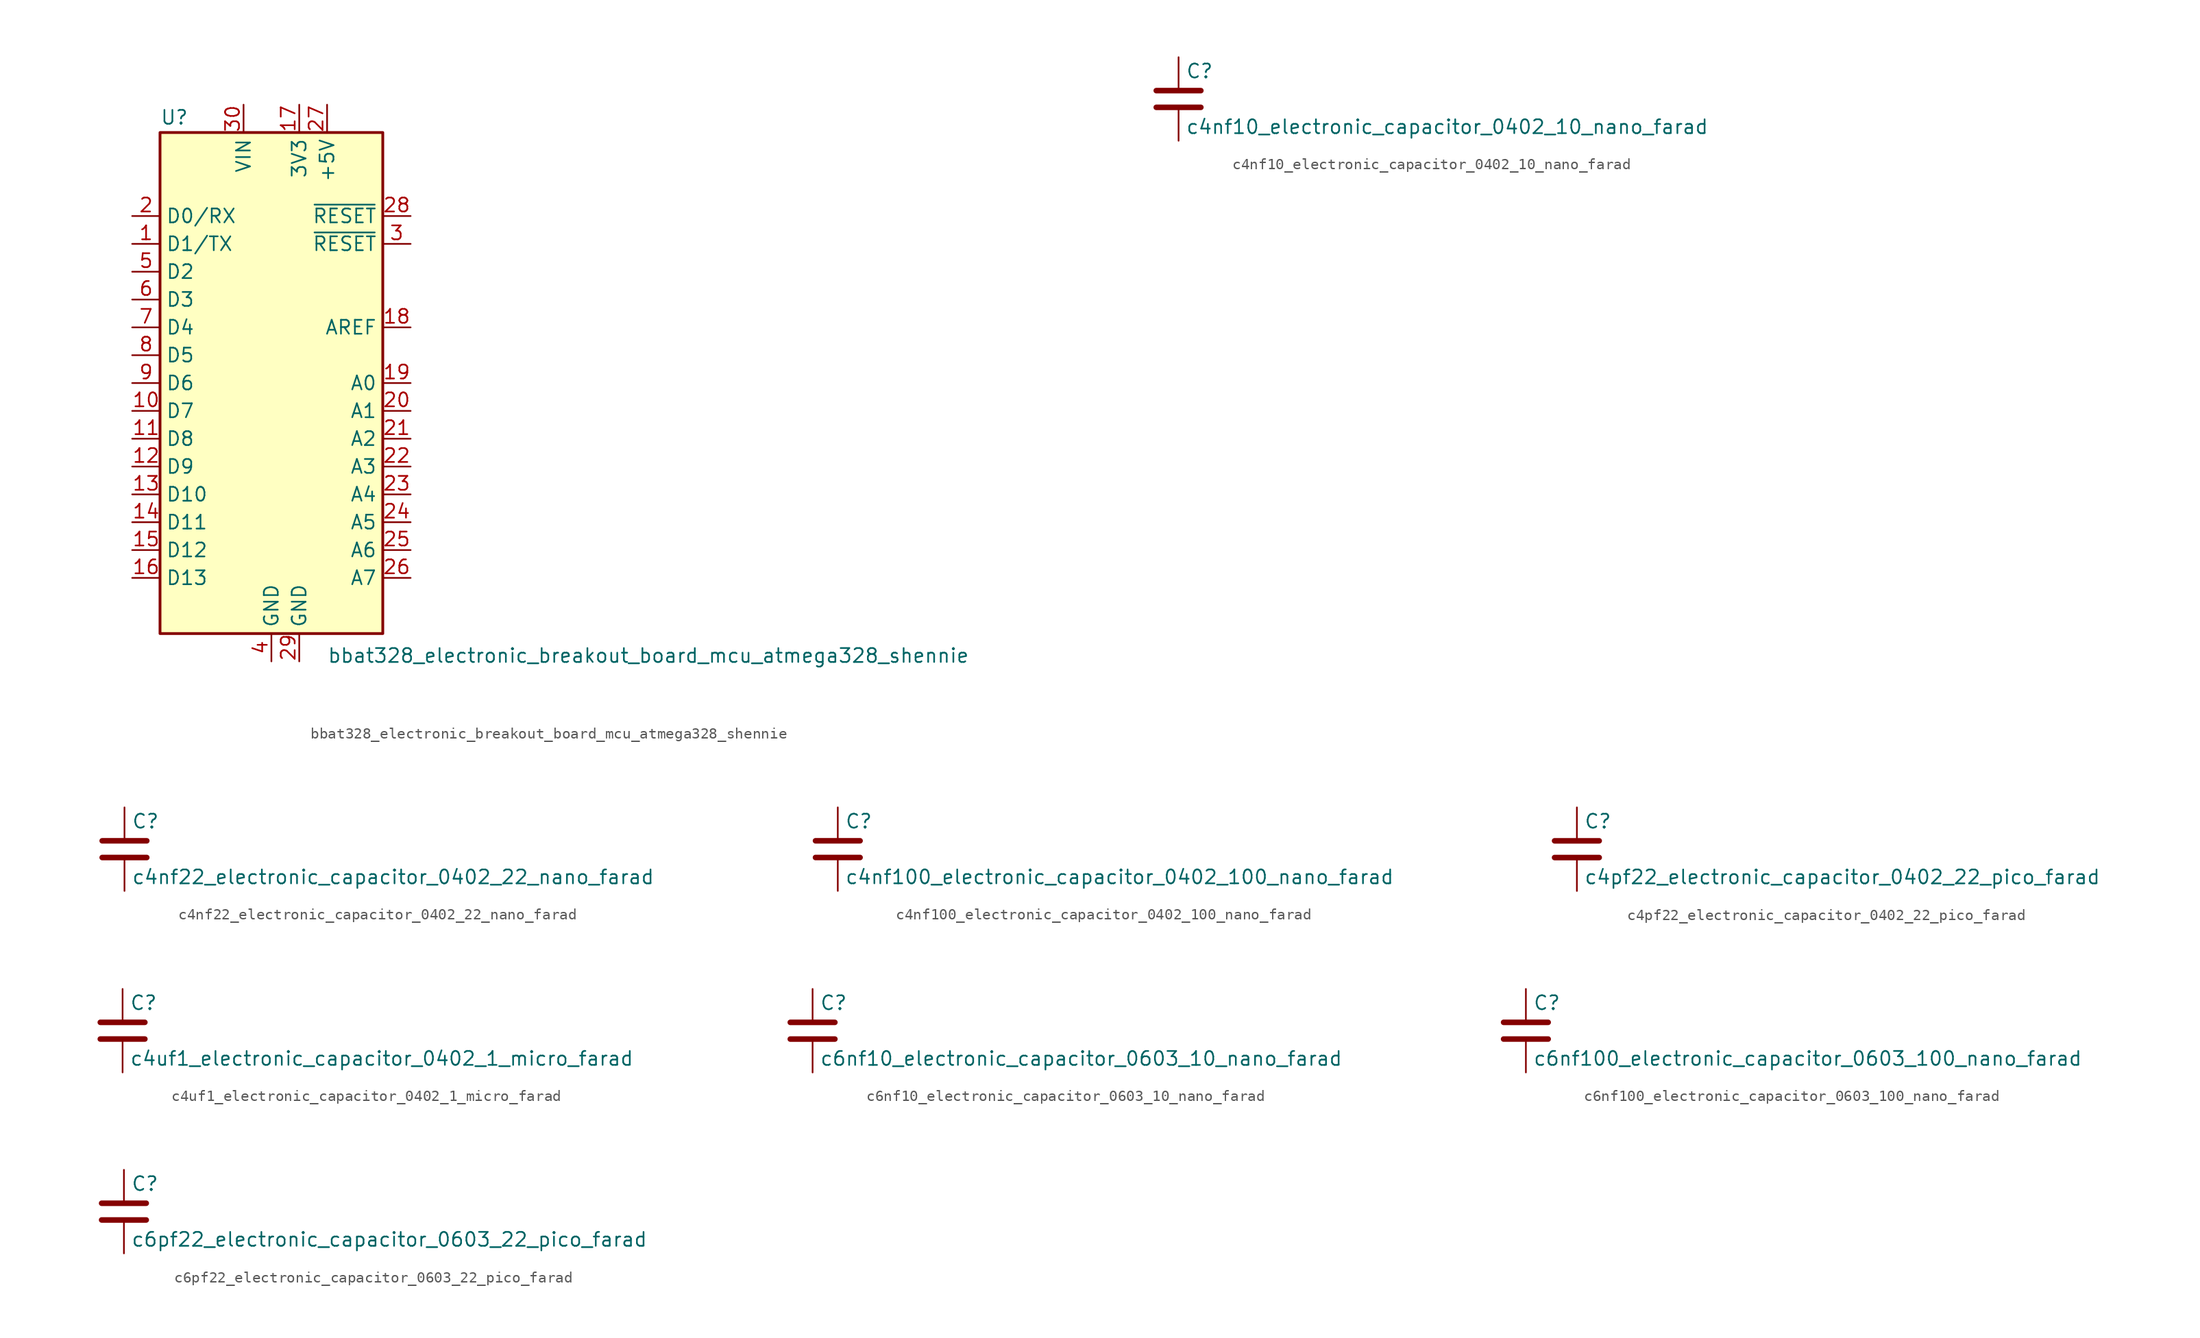
<source format=kicad_sym>
(kicad_symbol_lib
  (version 20220914)
  (generator kicad_symbol_editor)
  (symbol "bbat328_electronic_breakout_board_mcu_atmega328_shennie"
    (property "Reference" "U"
      (at -10.16 23.495 0)
      (effects (font (size 1.27 1.27)) (justify left bottom)))
    (property "Value" "bbat328_electronic_breakout_board_mcu_atmega328_shennie"
      (at 5.08 -24.13 0)
      (effects (font (size 1.27 1.27)) (justify left top)))
    (symbol "bbat328_electronic_breakout_board_mcu_atmega328_shennie_0_1"
      (rectangle (start -10.16 22.86) (end 10.16 -22.86) (stroke (width 0.254) (type default)) (fill (type background))))
    (symbol "bbat328_electronic_breakout_board_mcu_atmega328_shennie_1_1"
      (pin bidirectional line (at -12.7 12.7 0) (length 2.54) (name "D1/TX" (effects (font (size 1.27 1.27)))) (number "1" (effects (font (size 1.27 1.27)))))
      (pin bidirectional line (at -12.7 -2.54 0) (length 2.54) (name "D7" (effects (font (size 1.27 1.27)))) (number "10" (effects (font (size 1.27 1.27)))))
      (pin bidirectional line (at -12.7 -5.08 0) (length 2.54) (name "D8" (effects (font (size 1.27 1.27)))) (number "11" (effects (font (size 1.27 1.27)))))
      (pin bidirectional line (at -12.7 -7.62 0) (length 2.54) (name "D9" (effects (font (size 1.27 1.27)))) (number "12" (effects (font (size 1.27 1.27)))))
      (pin bidirectional line (at -12.7 -10.16 0) (length 2.54) (name "D10" (effects (font (size 1.27 1.27)))) (number "13" (effects (font (size 1.27 1.27)))))
      (pin bidirectional line (at -12.7 -12.7 0) (length 2.54) (name "D11" (effects (font (size 1.27 1.27)))) (number "14" (effects (font (size 1.27 1.27)))))
      (pin bidirectional line (at -12.7 -15.24 0) (length 2.54) (name "D12" (effects (font (size 1.27 1.27)))) (number "15" (effects (font (size 1.27 1.27)))))
      (pin bidirectional line (at -12.7 -17.78 0) (length 2.54) (name "D13" (effects (font (size 1.27 1.27)))) (number "16" (effects (font (size 1.27 1.27)))))
      (pin power_out line (at 2.54 25.4 270) (length 2.54) (name "3V3" (effects (font (size 1.27 1.27)))) (number "17" (effects (font (size 1.27 1.27)))))
      (pin input line (at 12.7 5.08 180) (length 2.54) (name "AREF" (effects (font (size 1.27 1.27)))) (number "18" (effects (font (size 1.27 1.27)))))
      (pin bidirectional line (at 12.7 0 180) (length 2.54) (name "A0" (effects (font (size 1.27 1.27)))) (number "19" (effects (font (size 1.27 1.27)))))
      (pin bidirectional line (at -12.7 15.24 0) (length 2.54) (name "D0/RX" (effects (font (size 1.27 1.27)))) (number "2" (effects (font (size 1.27 1.27)))))
      (pin bidirectional line (at 12.7 -2.54 180) (length 2.54) (name "A1" (effects (font (size 1.27 1.27)))) (number "20" (effects (font (size 1.27 1.27)))))
      (pin bidirectional line (at 12.7 -5.08 180) (length 2.54) (name "A2" (effects (font (size 1.27 1.27)))) (number "21" (effects (font (size 1.27 1.27)))))
      (pin bidirectional line (at 12.7 -7.62 180) (length 2.54) (name "A3" (effects (font (size 1.27 1.27)))) (number "22" (effects (font (size 1.27 1.27)))))
      (pin bidirectional line (at 12.7 -10.16 180) (length 2.54) (name "A4" (effects (font (size 1.27 1.27)))) (number "23" (effects (font (size 1.27 1.27)))))
      (pin bidirectional line (at 12.7 -12.7 180) (length 2.54) (name "A5" (effects (font (size 1.27 1.27)))) (number "24" (effects (font (size 1.27 1.27)))))
      (pin bidirectional line (at 12.7 -15.24 180) (length 2.54) (name "A6" (effects (font (size 1.27 1.27)))) (number "25" (effects (font (size 1.27 1.27)))))
      (pin bidirectional line (at 12.7 -17.78 180) (length 2.54) (name "A7" (effects (font (size 1.27 1.27)))) (number "26" (effects (font (size 1.27 1.27)))))
      (pin power_out line (at 5.08 25.4 270) (length 2.54) (name "+5V" (effects (font (size 1.27 1.27)))) (number "27" (effects (font (size 1.27 1.27)))))
      (pin input line (at 12.7 15.24 180) (length 2.54) (name "~{RESET}" (effects (font (size 1.27 1.27)))) (number "28" (effects (font (size 1.27 1.27)))))
      (pin power_in line (at 2.54 -25.4 90) (length 2.54) (name "GND" (effects (font (size 1.27 1.27)))) (number "29" (effects (font (size 1.27 1.27)))))
      (pin input line (at 12.7 12.7 180) (length 2.54) (name "~{RESET}" (effects (font (size 1.27 1.27)))) (number "3" (effects (font (size 1.27 1.27)))))
      (pin power_in line (at -2.54 25.4 270) (length 2.54) (name "VIN" (effects (font (size 1.27 1.27)))) (number "30" (effects (font (size 1.27 1.27)))))
      (pin power_in line (at 0 -25.4 90) (length 2.54) (name "GND" (effects (font (size 1.27 1.27)))) (number "4" (effects (font (size 1.27 1.27)))))
      (pin bidirectional line (at -12.7 10.16 0) (length 2.54) (name "D2" (effects (font (size 1.27 1.27)))) (number "5" (effects (font (size 1.27 1.27)))))
      (pin bidirectional line (at -12.7 7.62 0) (length 2.54) (name "D3" (effects (font (size 1.27 1.27)))) (number "6" (effects (font (size 1.27 1.27)))))
      (pin bidirectional line (at -12.7 5.08 0) (length 2.54) (name "D4" (effects (font (size 1.27 1.27)))) (number "7" (effects (font (size 1.27 1.27)))))
      (pin bidirectional line (at -12.7 2.54 0) (length 2.54) (name "D5" (effects (font (size 1.27 1.27)))) (number "8" (effects (font (size 1.27 1.27)))))
      (pin bidirectional line (at -12.7 0 0) (length 2.54) (name "D6" (effects (font (size 1.27 1.27)))) (number "9" (effects (font (size 1.27 1.27)))))))
  (symbol "c4nf10_electronic_capacitor_0402_10_nano_farad"
    (pin_numbers hide)
    (pin_names
      (offset 0.254))
    (property "Reference" "C"
      (at 0.635 2.54 0)
      (effects (font (size 1.27 1.27)) (justify left)))
    (property "Value" "c4nf10_electronic_capacitor_0402_10_nano_farad"
      (at 0.635 -2.54 0)
      (effects (font (size 1.27 1.27)) (justify left)))
    (symbol "c4nf10_electronic_capacitor_0402_10_nano_farad_0_1"
      (polyline (pts (xy -2.032 -0.762) (xy 2.032 -0.762)) (stroke (width 0.508) (type default)) (fill (type none)))
      (polyline (pts (xy -2.032 0.762) (xy 2.032 0.762)) (stroke (width 0.508) (type default)) (fill (type none))))
    (symbol "c4nf10_electronic_capacitor_0402_10_nano_farad_1_1"
      (pin passive line (at 0 3.81 270) (length 2.794) (name "~" (effects (font (size 1.27 1.27)))) (number "1" (effects (font (size 1.27 1.27)))))
      (pin passive line (at 0 -3.81 90) (length 2.794) (name "~" (effects (font (size 1.27 1.27)))) (number "2" (effects (font (size 1.27 1.27)))))))
  (symbol "c4nf22_electronic_capacitor_0402_22_nano_farad"
    (pin_numbers hide)
    (pin_names
      (offset 0.254))
    (property "Reference" "C"
      (at 0.635 2.54 0)
      (effects (font (size 1.27 1.27)) (justify left)))
    (property "Value" "c4nf22_electronic_capacitor_0402_22_nano_farad"
      (at 0.635 -2.54 0)
      (effects (font (size 1.27 1.27)) (justify left)))
    (symbol "c4nf22_electronic_capacitor_0402_22_nano_farad_0_1"
      (polyline (pts (xy -2.032 -0.762) (xy 2.032 -0.762)) (stroke (width 0.508) (type default)) (fill (type none)))
      (polyline (pts (xy -2.032 0.762) (xy 2.032 0.762)) (stroke (width 0.508) (type default)) (fill (type none))))
    (symbol "c4nf22_electronic_capacitor_0402_22_nano_farad_1_1"
      (pin passive line (at 0 3.81 270) (length 2.794) (name "~" (effects (font (size 1.27 1.27)))) (number "1" (effects (font (size 1.27 1.27)))))
      (pin passive line (at 0 -3.81 90) (length 2.794) (name "~" (effects (font (size 1.27 1.27)))) (number "2" (effects (font (size 1.27 1.27)))))))
  (symbol "c4nf100_electronic_capacitor_0402_100_nano_farad"
    (pin_numbers hide)
    (pin_names
      (offset 0.254))
    (property "Reference" "C"
      (at 0.635 2.54 0)
      (effects (font (size 1.27 1.27)) (justify left)))
    (property "Value" "c4nf100_electronic_capacitor_0402_100_nano_farad"
      (at 0.635 -2.54 0)
      (effects (font (size 1.27 1.27)) (justify left)))
    (symbol "c4nf100_electronic_capacitor_0402_100_nano_farad_0_1"
      (polyline (pts (xy -2.032 -0.762) (xy 2.032 -0.762)) (stroke (width 0.508) (type default)) (fill (type none)))
      (polyline (pts (xy -2.032 0.762) (xy 2.032 0.762)) (stroke (width 0.508) (type default)) (fill (type none))))
    (symbol "c4nf100_electronic_capacitor_0402_100_nano_farad_1_1"
      (pin passive line (at 0 3.81 270) (length 2.794) (name "~" (effects (font (size 1.27 1.27)))) (number "1" (effects (font (size 1.27 1.27)))))
      (pin passive line (at 0 -3.81 90) (length 2.794) (name "~" (effects (font (size 1.27 1.27)))) (number "2" (effects (font (size 1.27 1.27)))))))
  (symbol "c4pf22_electronic_capacitor_0402_22_pico_farad"
    (pin_numbers hide)
    (pin_names
      (offset 0.254))
    (property "Reference" "C"
      (at 0.635 2.54 0)
      (effects (font (size 1.27 1.27)) (justify left)))
    (property "Value" "c4pf22_electronic_capacitor_0402_22_pico_farad"
      (at 0.635 -2.54 0)
      (effects (font (size 1.27 1.27)) (justify left)))
    (symbol "c4pf22_electronic_capacitor_0402_22_pico_farad_0_1"
      (polyline (pts (xy -2.032 -0.762) (xy 2.032 -0.762)) (stroke (width 0.508) (type default)) (fill (type none)))
      (polyline (pts (xy -2.032 0.762) (xy 2.032 0.762)) (stroke (width 0.508) (type default)) (fill (type none))))
    (symbol "c4pf22_electronic_capacitor_0402_22_pico_farad_1_1"
      (pin passive line (at 0 3.81 270) (length 2.794) (name "~" (effects (font (size 1.27 1.27)))) (number "1" (effects (font (size 1.27 1.27)))))
      (pin passive line (at 0 -3.81 90) (length 2.794) (name "~" (effects (font (size 1.27 1.27)))) (number "2" (effects (font (size 1.27 1.27)))))))
  (symbol "c4uf1_electronic_capacitor_0402_1_micro_farad"
    (pin_numbers hide)
    (pin_names
      (offset 0.254))
    (property "Reference" "C"
      (at 0.635 2.54 0)
      (effects (font (size 1.27 1.27)) (justify left)))
    (property "Value" "c4uf1_electronic_capacitor_0402_1_micro_farad"
      (at 0.635 -2.54 0)
      (effects (font (size 1.27 1.27)) (justify left)))
    (symbol "c4uf1_electronic_capacitor_0402_1_micro_farad_0_1"
      (polyline (pts (xy -2.032 -0.762) (xy 2.032 -0.762)) (stroke (width 0.508) (type default)) (fill (type none)))
      (polyline (pts (xy -2.032 0.762) (xy 2.032 0.762)) (stroke (width 0.508) (type default)) (fill (type none))))
    (symbol "c4uf1_electronic_capacitor_0402_1_micro_farad_1_1"
      (pin passive line (at 0 3.81 270) (length 2.794) (name "~" (effects (font (size 1.27 1.27)))) (number "1" (effects (font (size 1.27 1.27)))))
      (pin passive line (at 0 -3.81 90) (length 2.794) (name "~" (effects (font (size 1.27 1.27)))) (number "2" (effects (font (size 1.27 1.27)))))))
  (symbol "c6nf10_electronic_capacitor_0603_10_nano_farad"
    (pin_numbers hide)
    (pin_names
      (offset 0.254))
    (property "Reference" "C"
      (at 0.635 2.54 0)
      (effects (font (size 1.27 1.27)) (justify left)))
    (property "Value" "c6nf10_electronic_capacitor_0603_10_nano_farad"
      (at 0.635 -2.54 0)
      (effects (font (size 1.27 1.27)) (justify left)))
    (symbol "c6nf10_electronic_capacitor_0603_10_nano_farad_0_1"
      (polyline (pts (xy -2.032 -0.762) (xy 2.032 -0.762)) (stroke (width 0.508) (type default)) (fill (type none)))
      (polyline (pts (xy -2.032 0.762) (xy 2.032 0.762)) (stroke (width 0.508) (type default)) (fill (type none))))
    (symbol "c6nf10_electronic_capacitor_0603_10_nano_farad_1_1"
      (pin passive line (at 0 3.81 270) (length 2.794) (name "~" (effects (font (size 1.27 1.27)))) (number "1" (effects (font (size 1.27 1.27)))))
      (pin passive line (at 0 -3.81 90) (length 2.794) (name "~" (effects (font (size 1.27 1.27)))) (number "2" (effects (font (size 1.27 1.27)))))))
  (symbol "c6nf100_electronic_capacitor_0603_100_nano_farad"
    (pin_numbers hide)
    (pin_names
      (offset 0.254))
    (property "Reference" "C"
      (at 0.635 2.54 0)
      (effects (font (size 1.27 1.27)) (justify left)))
    (property "Value" "c6nf100_electronic_capacitor_0603_100_nano_farad"
      (at 0.635 -2.54 0)
      (effects (font (size 1.27 1.27)) (justify left)))
    (symbol "c6nf100_electronic_capacitor_0603_100_nano_farad_0_1"
      (polyline (pts (xy -2.032 -0.762) (xy 2.032 -0.762)) (stroke (width 0.508) (type default)) (fill (type none)))
      (polyline (pts (xy -2.032 0.762) (xy 2.032 0.762)) (stroke (width 0.508) (type default)) (fill (type none))))
    (symbol "c6nf100_electronic_capacitor_0603_100_nano_farad_1_1"
      (pin passive line (at 0 3.81 270) (length 2.794) (name "~" (effects (font (size 1.27 1.27)))) (number "1" (effects (font (size 1.27 1.27)))))
      (pin passive line (at 0 -3.81 90) (length 2.794) (name "~" (effects (font (size 1.27 1.27)))) (number "2" (effects (font (size 1.27 1.27)))))))
  (symbol "c6pf22_electronic_capacitor_0603_22_pico_farad"
    (pin_numbers hide)
    (pin_names
      (offset 0.254))
    (property "Reference" "C"
      (at 0.635 2.54 0)
      (effects (font (size 1.27 1.27)) (justify left)))
    (property "Value" "c6pf22_electronic_capacitor_0603_22_pico_farad"
      (at 0.635 -2.54 0)
      (effects (font (size 1.27 1.27)) (justify left)))
    (symbol "c6pf22_electronic_capacitor_0603_22_pico_farad_0_1"
      (polyline (pts (xy -2.032 -0.762) (xy 2.032 -0.762)) (stroke (width 0.508) (type default)) (fill (type none)))
      (polyline (pts (xy -2.032 0.762) (xy 2.032 0.762)) (stroke (width 0.508) (type default)) (fill (type none))))
    (symbol "c6pf22_electronic_capacitor_0603_22_pico_farad_1_1"
      (pin passive line (at 0 3.81 270) (length 2.794) (name "~" (effects (font (size 1.27 1.27)))) (number "1" (effects (font (size 1.27 1.27)))))
      (pin passive line (at 0 -3.81 90) (length 2.794) (name "~" (effects (font (size 1.27 1.27)))) (number "2" (effects (font (size 1.27 1.27))))))))
</source>
